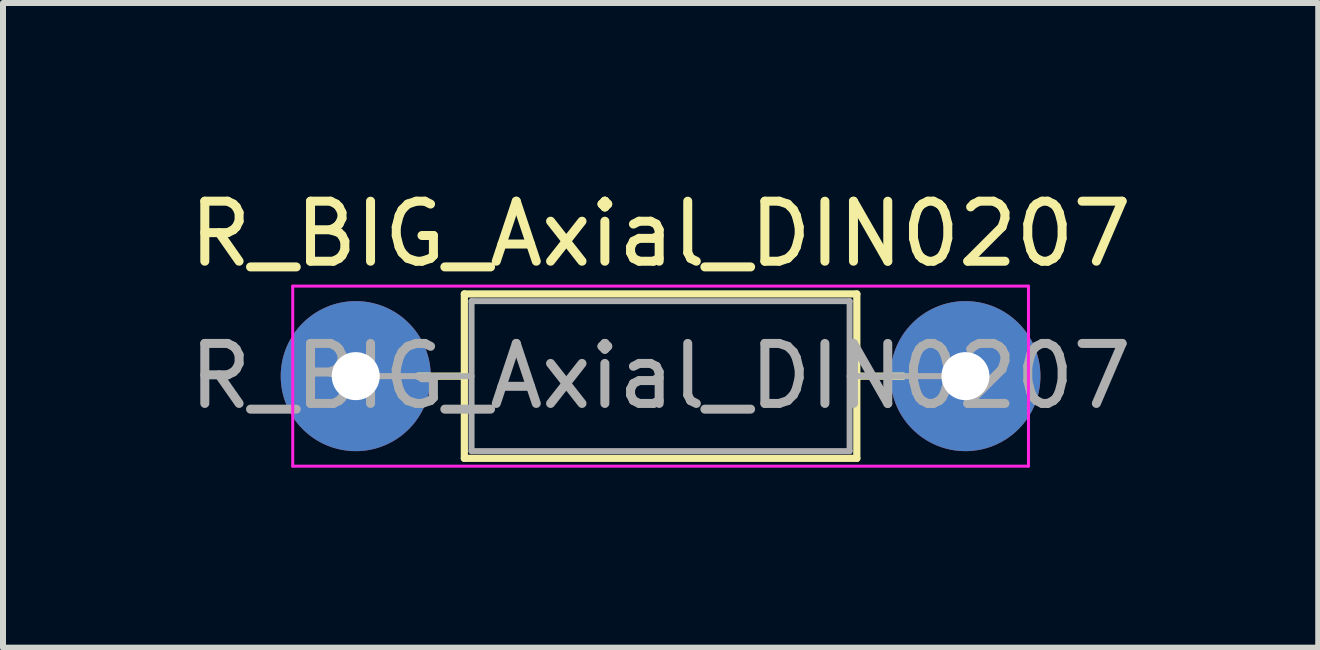
<source format=kicad_pcb>
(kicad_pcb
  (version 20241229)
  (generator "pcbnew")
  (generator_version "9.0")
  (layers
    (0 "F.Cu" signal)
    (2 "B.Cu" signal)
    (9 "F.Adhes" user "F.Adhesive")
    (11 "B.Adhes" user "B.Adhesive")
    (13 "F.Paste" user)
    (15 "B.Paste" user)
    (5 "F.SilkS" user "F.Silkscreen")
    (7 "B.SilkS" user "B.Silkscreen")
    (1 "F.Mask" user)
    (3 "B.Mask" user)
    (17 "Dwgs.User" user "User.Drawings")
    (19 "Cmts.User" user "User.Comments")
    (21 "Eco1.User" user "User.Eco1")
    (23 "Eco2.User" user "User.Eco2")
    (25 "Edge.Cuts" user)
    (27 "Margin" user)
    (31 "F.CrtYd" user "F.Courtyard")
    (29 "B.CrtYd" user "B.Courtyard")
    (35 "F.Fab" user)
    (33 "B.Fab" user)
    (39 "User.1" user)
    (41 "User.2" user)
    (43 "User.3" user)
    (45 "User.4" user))
  (footprint "R_BIG_Axial_DIN0207"
    (layer "F.Cu")
    (at 2.878 3.218)
    (property "Reference" "R_BIG_Axial_DIN0207" (at 5.08 -2.37 180) (layer "F.SilkS") (effects (font (size 1 1) (thickness 0.15))))
    (attr through_hole)
    (fp_line (start 1.04 0) (end 1.81 0) (stroke (width 0.12) (type solid)) (layer "F.SilkS"))
    (fp_line (start 1.81 -1.37) (end 1.81 1.37) (stroke (width 0.12) (type solid)) (layer "F.SilkS"))
    (fp_line (start 1.81 1.37) (end 8.35 1.37) (stroke (width 0.12) (type solid)) (layer "F.SilkS"))
    (fp_line (start 8.35 -1.37) (end 1.81 -1.37) (stroke (width 0.12) (type solid)) (layer "F.SilkS"))
    (fp_line (start 8.35 1.37) (end 8.35 -1.37) (stroke (width 0.12) (type solid)) (layer "F.SilkS"))
    (fp_line (start 9.12 0) (end 8.35 0) (stroke (width 0.12) (type solid)) (layer "F.SilkS"))
    (fp_line (start -1.05 -1.5) (end -1.05 1.5) (stroke (width 0.05) (type solid)) (layer "F.CrtYd"))
    (fp_line (start -1.05 1.5) (end 11.21 1.5) (stroke (width 0.05) (type solid)) (layer "F.CrtYd"))
    (fp_line (start 11.21 -1.5) (end -1.05 -1.5) (stroke (width 0.05) (type solid)) (layer "F.CrtYd"))
    (fp_line (start 11.21 1.5) (end 11.21 -1.5) (stroke (width 0.05) (type solid)) (layer "F.CrtYd"))
    (fp_line (start 0 0) (end 1.93 0) (stroke (width 0.1) (type solid)) (layer "F.Fab"))
    (fp_line (start 1.93 -1.25) (end 1.93 1.25) (stroke (width 0.1) (type solid)) (layer "F.Fab"))
    (fp_line (start 1.93 1.25) (end 8.23 1.25) (stroke (width 0.1) (type solid)) (layer "F.Fab"))
    (fp_line (start 8.23 -1.25) (end 1.93 -1.25) (stroke (width 0.1) (type solid)) (layer "F.Fab"))
    (fp_line (start 8.23 1.25) (end 8.23 -1.25) (stroke (width 0.1) (type solid)) (layer "F.Fab"))
    (fp_line (start 10.16 0) (end 8.23 0) (stroke (width 0.1) (type solid)) (layer "F.Fab"))
    (fp_text user "${REFERENCE}" (at 5.08 0 180) (layer "F.Fab") (effects (font (size 1 1) (thickness 0.15))))
    (pad "1" thru_hole circle (at 0 0) (size 2.5 2.5) (drill 0.8) (layers "*.Cu" "*.Mask"))
    (pad "2" thru_hole circle (at 10.16 0) (size 2.5 2.5) (drill 0.8) (layers "*.Cu" "*.Mask")))
  (gr_rect
    (start -3 -3)
    (end 18.917 7.743)
    (stroke (width 0.1) (type default))
    (fill no)
    (layer "Edge.Cuts")))
</source>
